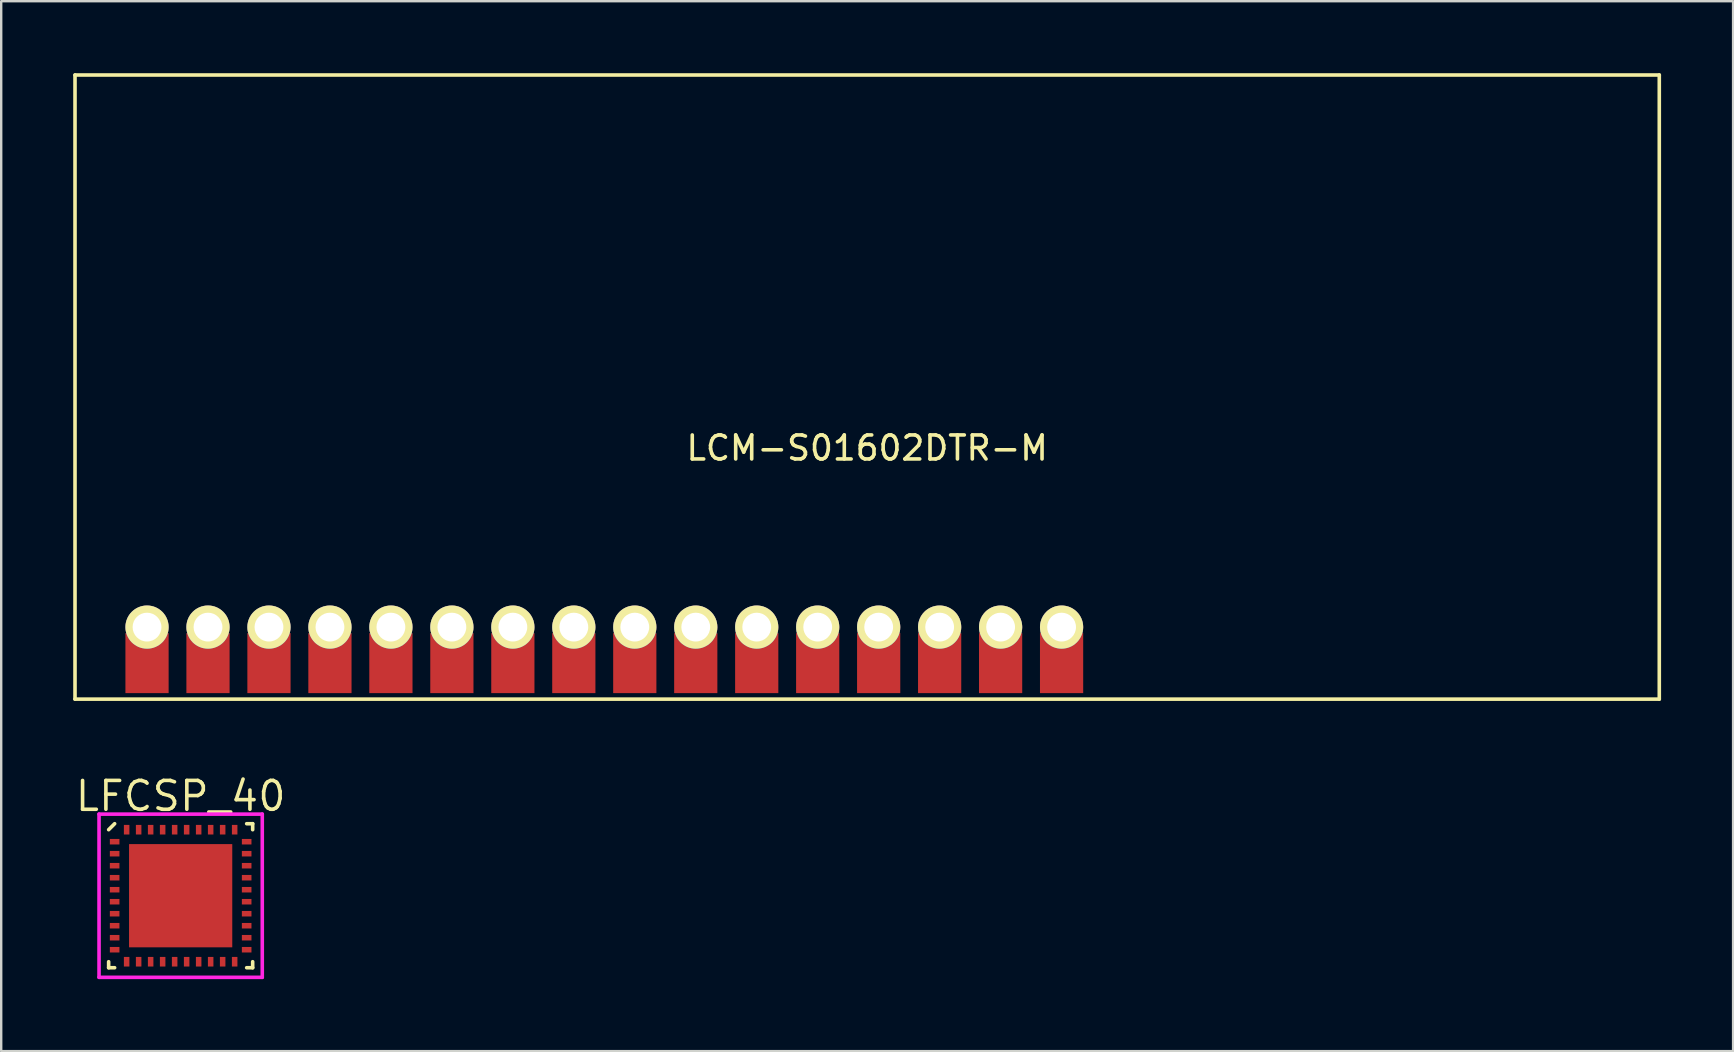
<source format=kicad_pcb>
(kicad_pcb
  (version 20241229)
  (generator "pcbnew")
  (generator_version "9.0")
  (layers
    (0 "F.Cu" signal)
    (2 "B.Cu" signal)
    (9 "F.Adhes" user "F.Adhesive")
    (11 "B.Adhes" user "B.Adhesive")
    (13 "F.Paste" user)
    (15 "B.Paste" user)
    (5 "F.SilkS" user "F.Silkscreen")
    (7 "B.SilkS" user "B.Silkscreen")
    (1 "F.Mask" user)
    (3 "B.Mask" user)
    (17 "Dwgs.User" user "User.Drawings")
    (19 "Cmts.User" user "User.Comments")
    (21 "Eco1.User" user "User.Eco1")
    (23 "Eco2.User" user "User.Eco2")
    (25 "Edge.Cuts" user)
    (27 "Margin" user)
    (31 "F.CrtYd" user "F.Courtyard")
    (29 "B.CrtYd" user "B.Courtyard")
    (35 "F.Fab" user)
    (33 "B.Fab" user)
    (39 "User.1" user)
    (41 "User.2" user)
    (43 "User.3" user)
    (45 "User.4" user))
  (footprint "LCM-S01602DTR-M"
    (layer "F.Cu")
    (at 33.075 13.075)
    (property "Reference" "LCM-S01602DTR-M" (at 0 2.54 0) (layer "F.SilkS") (effects (font (size 1 1) (thickness 0.15))))
    (attr through_hole)
    (fp_line (start -33 -13) (end 33 -13) (stroke (width 0.15) (type solid)) (layer "F.SilkS"))
    (fp_line (start -33 13) (end -33 -13) (stroke (width 0.15) (type solid)) (layer "F.SilkS"))
    (fp_line (start 33 -13) (end 33 13) (stroke (width 0.15) (type solid)) (layer "F.SilkS"))
    (fp_line (start 33 13) (end -33 13) (stroke (width 0.15) (type solid)) (layer "F.SilkS"))
    (pad "1" thru_hole circle (at 3.02 10) (size 1.8 1.8) (drill 1.2) (layers "*.Cu" "*.Mask" "F.SilkS"))
    (pad "1" smd rect (at 3.02 11.5) (size 1.8 2.5) (layers "F.Cu" "F.Mask" "F.Paste"))
    (pad "2" thru_hole circle (at 0.48 10) (size 1.8 1.8) (drill 1.2) (layers "*.Cu" "*.Mask" "F.SilkS"))
    (pad "2" smd rect (at 0.48 11.5) (size 1.8 2.5) (layers "F.Cu" "F.Mask" "F.Paste"))
    (pad "3" thru_hole circle (at -2.06 10) (size 1.8 1.8) (drill 1.2) (layers "*.Cu" "*.Mask" "F.SilkS"))
    (pad "3" smd rect (at -2.06 11.5) (size 1.8 2.5) (layers "F.Cu" "F.Mask" "F.Paste"))
    (pad "4" thru_hole circle (at -4.6 10) (size 1.8 1.8) (drill 1.2) (layers "*.Cu" "*.Mask" "F.SilkS"))
    (pad "4" smd rect (at -4.6 11.5) (size 1.8 2.5) (layers "F.Cu" "F.Mask" "F.Paste"))
    (pad "5" thru_hole circle (at -7.14 10) (size 1.8 1.8) (drill 1.2) (layers "*.Cu" "*.Mask" "F.SilkS"))
    (pad "5" smd rect (at -7.14 11.5) (size 1.8 2.5) (layers "F.Cu" "F.Mask" "F.Paste"))
    (pad "6" thru_hole circle (at -9.68 10) (size 1.8 1.8) (drill 1.2) (layers "*.Cu" "*.Mask" "F.SilkS"))
    (pad "6" smd rect (at -9.68 11.5) (size 1.8 2.5) (layers "F.Cu" "F.Mask" "F.Paste"))
    (pad "7" thru_hole circle (at -12.22 10) (size 1.8 1.8) (drill 1.2) (layers "*.Cu" "*.Mask" "F.SilkS"))
    (pad "7" smd rect (at -12.22 11.5) (size 1.8 2.5) (layers "F.Cu" "F.Mask" "F.Paste"))
    (pad "8" thru_hole circle (at -14.76 10) (size 1.8 1.8) (drill 1.2) (layers "*.Cu" "*.Mask" "F.SilkS"))
    (pad "8" smd rect (at -14.76 11.5) (size 1.8 2.5) (layers "F.Cu" "F.Mask" "F.Paste"))
    (pad "9" thru_hole circle (at -17.3 10) (size 1.8 1.8) (drill 1.2) (layers "*.Cu" "*.Mask" "F.SilkS"))
    (pad "9" smd rect (at -17.3 11.5) (size 1.8 2.5) (layers "F.Cu" "F.Mask" "F.Paste"))
    (pad "10" thru_hole circle (at -19.84 10) (size 1.8 1.8) (drill 1.2) (layers "*.Cu" "*.Mask" "F.SilkS"))
    (pad "10" smd rect (at -19.84 11.5) (size 1.8 2.5) (layers "F.Cu" "F.Mask" "F.Paste"))
    (pad "11" thru_hole circle (at -22.38 10) (size 1.8 1.8) (drill 1.2) (layers "*.Cu" "*.Mask" "F.SilkS"))
    (pad "11" smd rect (at -22.38 11.5) (size 1.8 2.5) (layers "F.Cu" "F.Mask" "F.Paste"))
    (pad "12" thru_hole circle (at -24.92 10) (size 1.8 1.8) (drill 1.2) (layers "*.Cu" "*.Mask" "F.SilkS"))
    (pad "12" smd rect (at -24.92 11.5) (size 1.8 2.5) (layers "F.Cu" "F.Mask" "F.Paste"))
    (pad "13" thru_hole circle (at -27.46 10) (size 1.8 1.8) (drill 1.2) (layers "*.Cu" "*.Mask" "F.SilkS"))
    (pad "13" smd rect (at -27.46 11.5) (size 1.8 2.5) (layers "F.Cu" "F.Mask" "F.Paste"))
    (pad "14" thru_hole circle (at -30 10) (size 1.8 1.8) (drill 1.2) (layers "*.Cu" "*.Mask" "F.SilkS"))
    (pad "14" smd rect (at -30 11.5) (size 1.8 2.5) (layers "F.Cu" "F.Mask" "F.Paste"))
    (pad "15" thru_hole circle (at 8.1 10) (size 1.8 1.8) (drill 1.2) (layers "*.Cu" "*.Mask" "F.SilkS"))
    (pad "15" smd rect (at 8.1 11.5) (size 1.8 2.5) (layers "F.Cu" "F.Mask" "F.Paste"))
    (pad "16" thru_hole circle (at 5.56 10) (size 1.8 1.8) (drill 1.2) (layers "*.Cu" "*.Mask" "F.SilkS"))
    (pad "16" smd rect (at 5.56 11.5) (size 1.8 2.5) (layers "F.Cu" "F.Mask" "F.Paste")))
  (footprint "LFCSP_40"
    (layer "F.Cu")
    (at 4.476 34.265)
    (property "Reference" "LFCSP_40" (at 0 -4.15 0) (layer "F.SilkS") (effects (font (size 1.2 1.2) (thickness 0.15))))
    (attr through_hole)
    (fp_line (start -3 -2.75) (end -2.75 -3) (stroke (width 0.15) (type solid)) (layer "F.SilkS"))
    (fp_line (start -3 3) (end -3 2.75) (stroke (width 0.15) (type solid)) (layer "F.SilkS"))
    (fp_line (start -2.75 3) (end -3 3) (stroke (width 0.15) (type solid)) (layer "F.SilkS"))
    (fp_line (start 2.75 -3) (end 3 -3) (stroke (width 0.15) (type solid)) (layer "F.SilkS"))
    (fp_line (start 2.75 3) (end 3 3) (stroke (width 0.15) (type solid)) (layer "F.SilkS"))
    (fp_line (start 3 -3) (end 3 -2.75) (stroke (width 0.15) (type solid)) (layer "F.SilkS"))
    (fp_line (start 3 3) (end 3 2.75) (stroke (width 0.15) (type solid)) (layer "F.SilkS"))
    (fp_line (start -3.4 -3.4) (end 3.4 -3.4) (stroke (width 0.15) (type solid)) (layer "F.CrtYd"))
    (fp_line (start -3.4 3.4) (end -3.4 -3.4) (stroke (width 0.15) (type solid)) (layer "F.CrtYd"))
    (fp_line (start 3.4 -3.4) (end 3.4 3.4) (stroke (width 0.15) (type solid)) (layer "F.CrtYd"))
    (fp_line (start 3.4 3.4) (end -3.4 3.4) (stroke (width 0.15) (type solid)) (layer "F.CrtYd"))
    (pad "1" smd rect (at -2.75 -2.25 90) (size 0.23 0.4) (layers "F.Cu" "F.Mask" "F.Paste"))
    (pad "2" smd rect (at -2.75 -1.75 90) (size 0.23 0.4) (layers "F.Cu" "F.Mask" "F.Paste"))
    (pad "3" smd rect (at -2.75 -1.25 90) (size 0.23 0.4) (layers "F.Cu" "F.Mask" "F.Paste"))
    (pad "4" smd rect (at -2.75 -0.75 90) (size 0.23 0.4) (layers "F.Cu" "F.Mask" "F.Paste"))
    (pad "5" smd rect (at -2.75 -0.25 90) (size 0.23 0.4) (layers "F.Cu" "F.Mask" "F.Paste"))
    (pad "6" smd rect (at -2.75 0.25 90) (size 0.23 0.4) (layers "F.Cu" "F.Mask" "F.Paste"))
    (pad "7" smd rect (at -2.75 0.75 90) (size 0.23 0.4) (layers "F.Cu" "F.Mask" "F.Paste"))
    (pad "8" smd rect (at -2.75 1.25 90) (size 0.23 0.4) (layers "F.Cu" "F.Mask" "F.Paste"))
    (pad "9" smd rect (at -2.75 1.75 90) (size 0.23 0.4) (layers "F.Cu" "F.Mask" "F.Paste"))
    (pad "10" smd rect (at -2.75 2.25 90) (size 0.23 0.4) (layers "F.Cu" "F.Mask" "F.Paste"))
    (pad "11" smd rect (at -2.25 2.75) (size 0.23 0.4) (layers "F.Cu" "F.Mask" "F.Paste"))
    (pad "12" smd rect (at -1.75 2.75) (size 0.23 0.4) (layers "F.Cu" "F.Mask" "F.Paste"))
    (pad "13" smd rect (at -1.25 2.75) (size 0.23 0.4) (layers "F.Cu" "F.Mask" "F.Paste"))
    (pad "14" smd rect (at -0.75 2.75) (size 0.23 0.4) (layers "F.Cu" "F.Mask" "F.Paste"))
    (pad "15" smd rect (at -0.25 2.75) (size 0.23 0.4) (layers "F.Cu" "F.Mask" "F.Paste"))
    (pad "16" smd rect (at 0.25 2.75) (size 0.23 0.4) (layers "F.Cu" "F.Mask" "F.Paste"))
    (pad "17" smd rect (at 0.75 2.75) (size 0.23 0.4) (layers "F.Cu" "F.Mask" "F.Paste"))
    (pad "18" smd rect (at 1.25 2.75) (size 0.23 0.4) (layers "F.Cu" "F.Mask" "F.Paste"))
    (pad "19" smd rect (at 1.75 2.75) (size 0.23 0.4) (layers "F.Cu" "F.Mask" "F.Paste"))
    (pad "20" smd rect (at 2.25 2.75) (size 0.23 0.4) (layers "F.Cu" "F.Mask" "F.Paste"))
    (pad "21" smd rect (at 2.75 2.25 90) (size 0.23 0.4) (layers "F.Cu" "F.Mask" "F.Paste"))
    (pad "22" smd rect (at 2.75 1.75 90) (size 0.23 0.4) (layers "F.Cu" "F.Mask" "F.Paste"))
    (pad "23" smd rect (at 2.75 1.25 90) (size 0.23 0.4) (layers "F.Cu" "F.Mask" "F.Paste"))
    (pad "24" smd rect (at 2.75 0.75 90) (size 0.23 0.4) (layers "F.Cu" "F.Mask" "F.Paste"))
    (pad "25" smd rect (at 2.75 0.25 90) (size 0.23 0.4) (layers "F.Cu" "F.Mask" "F.Paste"))
    (pad "26" smd rect (at 2.75 -0.25 90) (size 0.23 0.4) (layers "F.Cu" "F.Mask" "F.Paste"))
    (pad "27" smd rect (at 2.75 -0.75 90) (size 0.23 0.4) (layers "F.Cu" "F.Mask" "F.Paste"))
    (pad "28" smd rect (at 2.75 -1.25 90) (size 0.23 0.4) (layers "F.Cu" "F.Mask" "F.Paste"))
    (pad "29" smd rect (at 2.75 -1.75 90) (size 0.23 0.4) (layers "F.Cu" "F.Mask" "F.Paste"))
    (pad "30" smd rect (at 2.75 -2.25 90) (size 0.23 0.4) (layers "F.Cu" "F.Mask" "F.Paste"))
    (pad "31" smd rect (at 2.25 -2.75) (size 0.23 0.4) (layers "F.Cu" "F.Mask" "F.Paste"))
    (pad "32" smd rect (at 1.75 -2.75) (size 0.23 0.4) (layers "F.Cu" "F.Mask" "F.Paste"))
    (pad "33" smd rect (at 1.25 -2.75) (size 0.23 0.4) (layers "F.Cu" "F.Mask" "F.Paste"))
    (pad "34" smd rect (at 0.75 -2.75) (size 0.23 0.4) (layers "F.Cu" "F.Mask" "F.Paste"))
    (pad "35" smd rect (at 0.25 -2.75) (size 0.23 0.4) (layers "F.Cu" "F.Mask" "F.Paste"))
    (pad "36" smd rect (at -0.25 -2.75) (size 0.23 0.4) (layers "F.Cu" "F.Mask" "F.Paste"))
    (pad "37" smd rect (at -0.75 -2.75) (size 0.23 0.4) (layers "F.Cu" "F.Mask" "F.Paste"))
    (pad "38" smd rect (at -1.25 -2.75) (size 0.23 0.4) (layers "F.Cu" "F.Mask" "F.Paste"))
    (pad "39" smd rect (at -1.75 -2.75) (size 0.23 0.4) (layers "F.Cu" "F.Mask" "F.Paste"))
    (pad "40" smd rect (at -2.25 -2.75) (size 0.23 0.4) (layers "F.Cu" "F.Mask" "F.Paste"))
    (pad "41" smd rect (at 0 0) (size 4.3 4.3) (layers "F.Cu" "F.Mask" "F.Paste")))
  (gr_rect
    (start -3 -3)
    (end 69.15 40.74)
    (stroke (width 0.1) (type default))
    (fill no)
    (layer "Edge.Cuts")))
</source>
